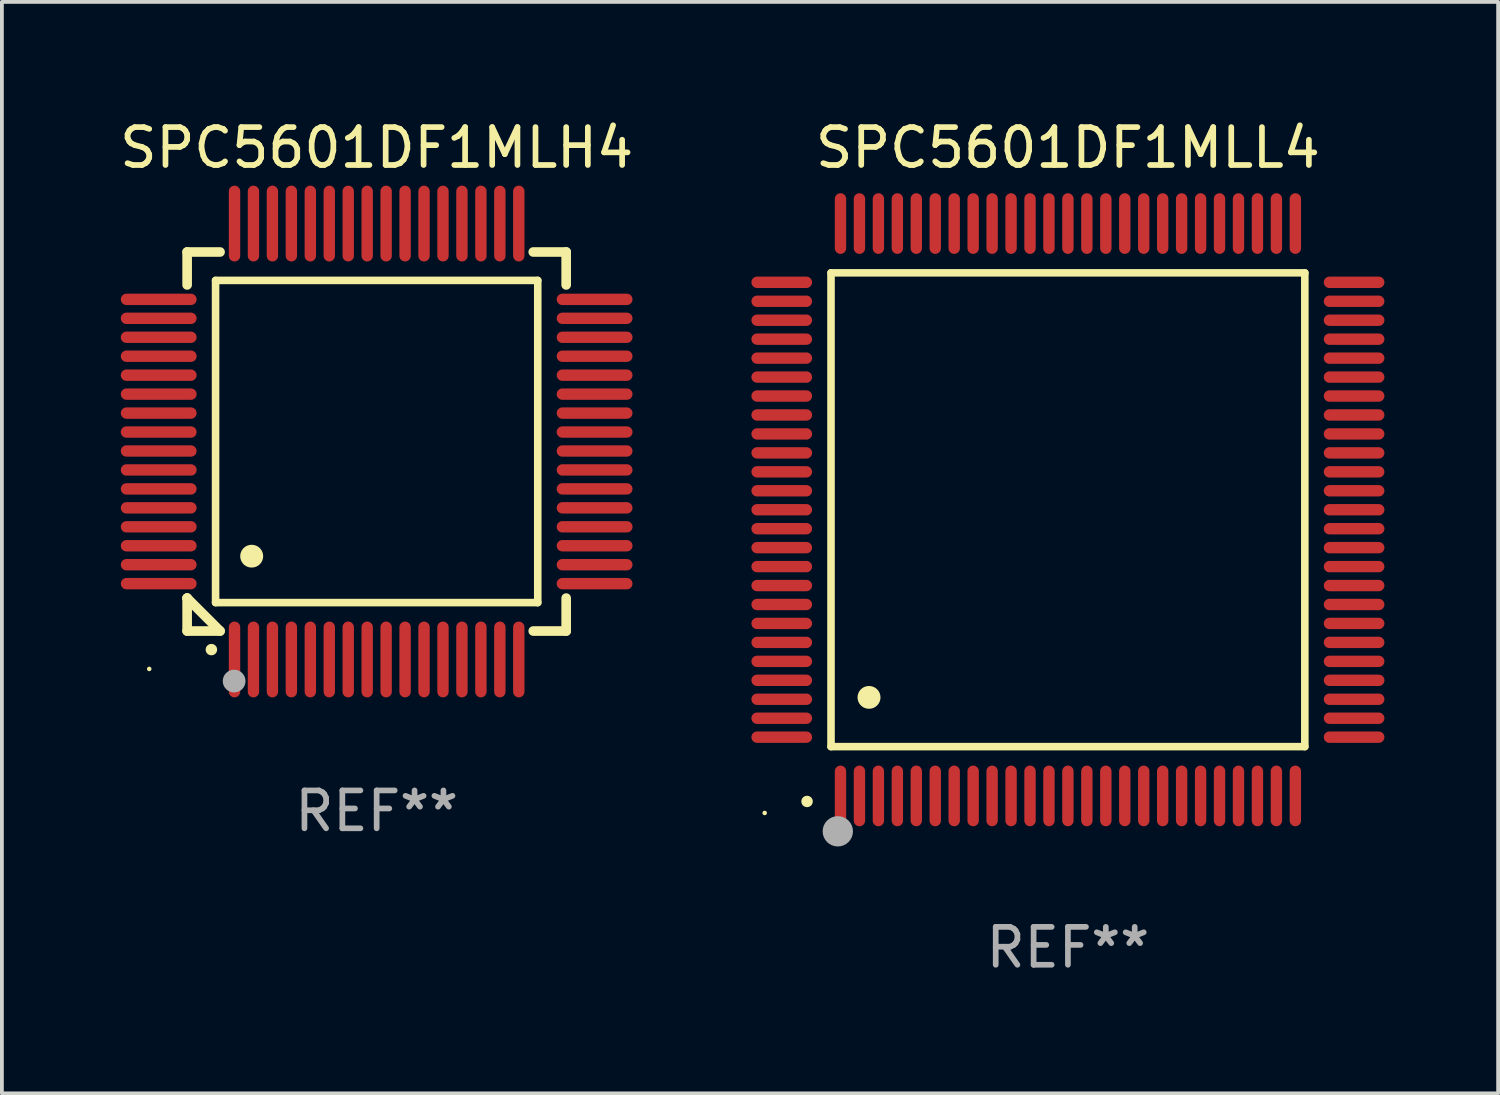
<source format=kicad_pcb>
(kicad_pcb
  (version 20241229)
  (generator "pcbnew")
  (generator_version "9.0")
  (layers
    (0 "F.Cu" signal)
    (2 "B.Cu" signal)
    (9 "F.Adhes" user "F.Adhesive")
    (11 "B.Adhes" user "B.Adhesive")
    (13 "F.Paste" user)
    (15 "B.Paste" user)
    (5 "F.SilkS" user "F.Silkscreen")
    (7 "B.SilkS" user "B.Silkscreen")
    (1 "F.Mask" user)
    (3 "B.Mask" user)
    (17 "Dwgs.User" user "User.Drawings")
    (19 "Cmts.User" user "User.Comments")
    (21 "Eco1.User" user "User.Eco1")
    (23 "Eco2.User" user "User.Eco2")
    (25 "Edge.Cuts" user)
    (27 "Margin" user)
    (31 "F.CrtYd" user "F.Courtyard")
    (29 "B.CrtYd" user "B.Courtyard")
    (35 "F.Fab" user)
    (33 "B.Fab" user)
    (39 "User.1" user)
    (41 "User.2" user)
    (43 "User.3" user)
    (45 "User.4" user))
  (footprint "SPC5601DF1MLL4"
    (layer "F.Cu")
    (at 25.124 10.398)
    (property "Reference" "SPC5601DF1MLL4" (at 0 -9.55 0) (layer "F.SilkS") (effects (font (size 1 1) (thickness 0.15))))
    (attr through_hole)
    (fp_line (start -6.25 -6.25) (end -6.25 6.25) (stroke (width 0.2) (type solid)) (layer "F.SilkS"))
    (fp_line (start -6.25 6.25) (end 6.25 6.25) (stroke (width 0.2) (type solid)) (layer "F.SilkS"))
    (fp_line (start 6.25 -6.25) (end -6.25 -6.25) (stroke (width 0.2) (type solid)) (layer "F.SilkS"))
    (fp_line (start 6.25 6.25) (end 6.25 -6.25) (stroke (width 0.2) (type solid)) (layer "F.SilkS"))
    (fp_arc (start -6.883414 7.696215) (mid -6.882144 7.69621) (end -6.880874 7.696215) (stroke (width 0.3) (type solid)) (layer "F.SilkS"))
    (fp_arc (start -5.250191 4.95047) (mid -5.247651 4.950459) (end -5.245111 4.95047) (stroke (width 0.6) (type solid)) (layer "F.SilkS"))
    (fp_circle (center -8 8) (end -7.97 8) (stroke (width 0.06) (type solid)) (fill no) (layer "F.SilkS"))
    (fp_circle (center -6.071 8.484) (end -5.871 8.484) (stroke (width 0.4) (type solid)) (fill no) (layer "F.Fab"))
    (fp_text user "REF**" (at 0 11.55 0) (layer "F.Fab") (effects (font (size 1 1) (thickness 0.15))))
    (pad "1" smd oval (at -6 7.55) (size 0.3 1.6) (layers "F.Cu" "F.Mask" "F.Paste"))
    (pad "2" smd oval (at -5.5 7.55) (size 0.3 1.6) (layers "F.Cu" "F.Mask" "F.Paste"))
    (pad "3" smd oval (at -5 7.55) (size 0.3 1.6) (layers "F.Cu" "F.Mask" "F.Paste"))
    (pad "4" smd oval (at -4.5 7.55) (size 0.3 1.6) (layers "F.Cu" "F.Mask" "F.Paste"))
    (pad "5" smd oval (at -4 7.55) (size 0.3 1.6) (layers "F.Cu" "F.Mask" "F.Paste"))
    (pad "6" smd oval (at -3.5 7.55) (size 0.3 1.6) (layers "F.Cu" "F.Mask" "F.Paste"))
    (pad "7" smd oval (at -3 7.55) (size 0.3 1.6) (layers "F.Cu" "F.Mask" "F.Paste"))
    (pad "8" smd oval (at -2.5 7.55) (size 0.3 1.6) (layers "F.Cu" "F.Mask" "F.Paste"))
    (pad "9" smd oval (at -2 7.55) (size 0.3 1.6) (layers "F.Cu" "F.Mask" "F.Paste"))
    (pad "10" smd oval (at -1.5 7.55) (size 0.3 1.6) (layers "F.Cu" "F.Mask" "F.Paste"))
    (pad "11" smd oval (at -1 7.55) (size 0.3 1.6) (layers "F.Cu" "F.Mask" "F.Paste"))
    (pad "12" smd oval (at -0.5 7.55) (size 0.3 1.6) (layers "F.Cu" "F.Mask" "F.Paste"))
    (pad "13" smd oval (at 0 7.55) (size 0.3 1.6) (layers "F.Cu" "F.Mask" "F.Paste"))
    (pad "14" smd oval (at 0.5 7.55) (size 0.3 1.6) (layers "F.Cu" "F.Mask" "F.Paste"))
    (pad "15" smd oval (at 1 7.55) (size 0.3 1.6) (layers "F.Cu" "F.Mask" "F.Paste"))
    (pad "16" smd oval (at 1.5 7.55) (size 0.3 1.6) (layers "F.Cu" "F.Mask" "F.Paste"))
    (pad "17" smd oval (at 2 7.55) (size 0.3 1.6) (layers "F.Cu" "F.Mask" "F.Paste"))
    (pad "18" smd oval (at 2.5 7.55) (size 0.3 1.6) (layers "F.Cu" "F.Mask" "F.Paste"))
    (pad "19" smd oval (at 3 7.55) (size 0.3 1.6) (layers "F.Cu" "F.Mask" "F.Paste"))
    (pad "20" smd oval (at 3.5 7.55) (size 0.3 1.6) (layers "F.Cu" "F.Mask" "F.Paste"))
    (pad "21" smd oval (at 4 7.55) (size 0.3 1.6) (layers "F.Cu" "F.Mask" "F.Paste"))
    (pad "22" smd oval (at 4.5 7.55) (size 0.3 1.6) (layers "F.Cu" "F.Mask" "F.Paste"))
    (pad "23" smd oval (at 5 7.55) (size 0.3 1.6) (layers "F.Cu" "F.Mask" "F.Paste"))
    (pad "24" smd oval (at 5.5 7.55) (size 0.3 1.6) (layers "F.Cu" "F.Mask" "F.Paste"))
    (pad "25" smd oval (at 6 7.55) (size 0.3 1.6) (layers "F.Cu" "F.Mask" "F.Paste"))
    (pad "26" smd oval (at 7.55 6) (size 1.6 0.3) (layers "F.Cu" "F.Mask" "F.Paste"))
    (pad "27" smd oval (at 7.55 5.5) (size 1.6 0.3) (layers "F.Cu" "F.Mask" "F.Paste"))
    (pad "28" smd oval (at 7.55 5) (size 1.6 0.3) (layers "F.Cu" "F.Mask" "F.Paste"))
    (pad "29" smd oval (at 7.55 4.5) (size 1.6 0.3) (layers "F.Cu" "F.Mask" "F.Paste"))
    (pad "30" smd oval (at 7.55 4) (size 1.6 0.3) (layers "F.Cu" "F.Mask" "F.Paste"))
    (pad "31" smd oval (at 7.55 3.5) (size 1.6 0.3) (layers "F.Cu" "F.Mask" "F.Paste"))
    (pad "32" smd oval (at 7.55 3) (size 1.6 0.3) (layers "F.Cu" "F.Mask" "F.Paste"))
    (pad "33" smd oval (at 7.55 2.5) (size 1.6 0.3) (layers "F.Cu" "F.Mask" "F.Paste"))
    (pad "34" smd oval (at 7.55 2) (size 1.6 0.3) (layers "F.Cu" "F.Mask" "F.Paste"))
    (pad "35" smd oval (at 7.55 1.5) (size 1.6 0.3) (layers "F.Cu" "F.Mask" "F.Paste"))
    (pad "36" smd oval (at 7.55 1) (size 1.6 0.3) (layers "F.Cu" "F.Mask" "F.Paste"))
    (pad "37" smd oval (at 7.55 0.5) (size 1.6 0.3) (layers "F.Cu" "F.Mask" "F.Paste"))
    (pad "38" smd oval (at 7.55 0) (size 1.6 0.3) (layers "F.Cu" "F.Mask" "F.Paste"))
    (pad "39" smd oval (at 7.55 -0.5) (size 1.6 0.3) (layers "F.Cu" "F.Mask" "F.Paste"))
    (pad "40" smd oval (at 7.55 -1) (size 1.6 0.3) (layers "F.Cu" "F.Mask" "F.Paste"))
    (pad "41" smd oval (at 7.55 -1.5) (size 1.6 0.3) (layers "F.Cu" "F.Mask" "F.Paste"))
    (pad "42" smd oval (at 7.55 -2) (size 1.6 0.3) (layers "F.Cu" "F.Mask" "F.Paste"))
    (pad "43" smd oval (at 7.55 -2.5) (size 1.6 0.3) (layers "F.Cu" "F.Mask" "F.Paste"))
    (pad "44" smd oval (at 7.55 -3) (size 1.6 0.3) (layers "F.Cu" "F.Mask" "F.Paste"))
    (pad "45" smd oval (at 7.55 -3.5) (size 1.6 0.3) (layers "F.Cu" "F.Mask" "F.Paste"))
    (pad "46" smd oval (at 7.55 -4) (size 1.6 0.3) (layers "F.Cu" "F.Mask" "F.Paste"))
    (pad "47" smd oval (at 7.55 -4.5) (size 1.6 0.3) (layers "F.Cu" "F.Mask" "F.Paste"))
    (pad "48" smd oval (at 7.55 -5) (size 1.6 0.3) (layers "F.Cu" "F.Mask" "F.Paste"))
    (pad "49" smd oval (at 7.55 -5.5) (size 1.6 0.3) (layers "F.Cu" "F.Mask" "F.Paste"))
    (pad "50" smd oval (at 7.55 -6) (size 1.6 0.3) (layers "F.Cu" "F.Mask" "F.Paste"))
    (pad "51" smd oval (at 6 -7.55) (size 0.3 1.6) (layers "F.Cu" "F.Mask" "F.Paste"))
    (pad "52" smd oval (at 5.5 -7.55) (size 0.3 1.6) (layers "F.Cu" "F.Mask" "F.Paste"))
    (pad "53" smd oval (at 5 -7.55) (size 0.3 1.6) (layers "F.Cu" "F.Mask" "F.Paste"))
    (pad "54" smd oval (at 4.5 -7.55) (size 0.3 1.6) (layers "F.Cu" "F.Mask" "F.Paste"))
    (pad "55" smd oval (at 4 -7.55) (size 0.3 1.6) (layers "F.Cu" "F.Mask" "F.Paste"))
    (pad "56" smd oval (at 3.5 -7.55) (size 0.3 1.6) (layers "F.Cu" "F.Mask" "F.Paste"))
    (pad "57" smd oval (at 3 -7.55) (size 0.3 1.6) (layers "F.Cu" "F.Mask" "F.Paste"))
    (pad "58" smd oval (at 2.5 -7.55) (size 0.3 1.6) (layers "F.Cu" "F.Mask" "F.Paste"))
    (pad "59" smd oval (at 2 -7.55) (size 0.3 1.6) (layers "F.Cu" "F.Mask" "F.Paste"))
    (pad "60" smd oval (at 1.5 -7.55) (size 0.3 1.6) (layers "F.Cu" "F.Mask" "F.Paste"))
    (pad "61" smd oval (at 1 -7.55) (size 0.3 1.6) (layers "F.Cu" "F.Mask" "F.Paste"))
    (pad "62" smd oval (at 0.5 -7.55) (size 0.3 1.6) (layers "F.Cu" "F.Mask" "F.Paste"))
    (pad "63" smd oval (at 0 -7.55) (size 0.3 1.6) (layers "F.Cu" "F.Mask" "F.Paste"))
    (pad "64" smd oval (at -0.5 -7.55) (size 0.3 1.6) (layers "F.Cu" "F.Mask" "F.Paste"))
    (pad "65" smd oval (at -1 -7.55) (size 0.3 1.6) (layers "F.Cu" "F.Mask" "F.Paste"))
    (pad "66" smd oval (at -1.5 -7.55) (size 0.3 1.6) (layers "F.Cu" "F.Mask" "F.Paste"))
    (pad "67" smd oval (at -2 -7.55) (size 0.3 1.6) (layers "F.Cu" "F.Mask" "F.Paste"))
    (pad "68" smd oval (at -2.5 -7.55) (size 0.3 1.6) (layers "F.Cu" "F.Mask" "F.Paste"))
    (pad "69" smd oval (at -3 -7.55) (size 0.3 1.6) (layers "F.Cu" "F.Mask" "F.Paste"))
    (pad "70" smd oval (at -3.5 -7.55) (size 0.3 1.6) (layers "F.Cu" "F.Mask" "F.Paste"))
    (pad "71" smd oval (at -4 -7.55) (size 0.3 1.6) (layers "F.Cu" "F.Mask" "F.Paste"))
    (pad "72" smd oval (at -4.5 -7.55) (size 0.3 1.6) (layers "F.Cu" "F.Mask" "F.Paste"))
    (pad "73" smd oval (at -5 -7.55) (size 0.3 1.6) (layers "F.Cu" "F.Mask" "F.Paste"))
    (pad "74" smd oval (at -5.5 -7.55) (size 0.3 1.6) (layers "F.Cu" "F.Mask" "F.Paste"))
    (pad "75" smd oval (at -6 -7.55) (size 0.3 1.6) (layers "F.Cu" "F.Mask" "F.Paste"))
    (pad "76" smd oval (at -7.55 -6) (size 1.6 0.3) (layers "F.Cu" "F.Mask" "F.Paste"))
    (pad "77" smd oval (at -7.55 -5.5) (size 1.6 0.3) (layers "F.Cu" "F.Mask" "F.Paste"))
    (pad "78" smd oval (at -7.55 -5) (size 1.6 0.3) (layers "F.Cu" "F.Mask" "F.Paste"))
    (pad "79" smd oval (at -7.55 -4.5) (size 1.6 0.3) (layers "F.Cu" "F.Mask" "F.Paste"))
    (pad "80" smd oval (at -7.55 -4) (size 1.6 0.3) (layers "F.Cu" "F.Mask" "F.Paste"))
    (pad "81" smd oval (at -7.55 -3.5) (size 1.6 0.3) (layers "F.Cu" "F.Mask" "F.Paste"))
    (pad "82" smd oval (at -7.55 -3) (size 1.6 0.3) (layers "F.Cu" "F.Mask" "F.Paste"))
    (pad "83" smd oval (at -7.55 -2.5) (size 1.6 0.3) (layers "F.Cu" "F.Mask" "F.Paste"))
    (pad "84" smd oval (at -7.55 -2) (size 1.6 0.3) (layers "F.Cu" "F.Mask" "F.Paste"))
    (pad "85" smd oval (at -7.55 -1.5) (size 1.6 0.3) (layers "F.Cu" "F.Mask" "F.Paste"))
    (pad "86" smd oval (at -7.55 -1) (size 1.6 0.3) (layers "F.Cu" "F.Mask" "F.Paste"))
    (pad "87" smd oval (at -7.55 -0.5) (size 1.6 0.3) (layers "F.Cu" "F.Mask" "F.Paste"))
    (pad "88" smd oval (at -7.55 0) (size 1.6 0.3) (layers "F.Cu" "F.Mask" "F.Paste"))
    (pad "89" smd oval (at -7.55 0.5) (size 1.6 0.3) (layers "F.Cu" "F.Mask" "F.Paste"))
    (pad "90" smd oval (at -7.55 1) (size 1.6 0.3) (layers "F.Cu" "F.Mask" "F.Paste"))
    (pad "91" smd oval (at -7.55 1.5) (size 1.6 0.3) (layers "F.Cu" "F.Mask" "F.Paste"))
    (pad "92" smd oval (at -7.55 2) (size 1.6 0.3) (layers "F.Cu" "F.Mask" "F.Paste"))
    (pad "93" smd oval (at -7.55 2.5) (size 1.6 0.3) (layers "F.Cu" "F.Mask" "F.Paste"))
    (pad "94" smd oval (at -7.55 3) (size 1.6 0.3) (layers "F.Cu" "F.Mask" "F.Paste"))
    (pad "95" smd oval (at -7.55 3.5) (size 1.6 0.3) (layers "F.Cu" "F.Mask" "F.Paste"))
    (pad "96" smd oval (at -7.55 4) (size 1.6 0.3) (layers "F.Cu" "F.Mask" "F.Paste"))
    (pad "97" smd oval (at -7.55 4.5) (size 1.6 0.3) (layers "F.Cu" "F.Mask" "F.Paste"))
    (pad "98" smd oval (at -7.55 5) (size 1.6 0.3) (layers "F.Cu" "F.Mask" "F.Paste"))
    (pad "99" smd oval (at -7.55 5.5) (size 1.6 0.3) (layers "F.Cu" "F.Mask" "F.Paste"))
    (pad "100" smd oval (at -7.55 6) (size 1.6 0.3) (layers "F.Cu" "F.Mask" "F.Paste")))
  (footprint "SPC5601DF1MLH4"
    (layer "F.Cu")
    (at 6.887 8.598)
    (property "Reference" "SPC5601DF1MLH4" (at 0 -7.75 0) (layer "F.SilkS") (effects (font (size 1 1) (thickness 0.15))))
    (attr through_hole)
    (fp_line (start -5 -5) (end -4.131 -5) (stroke (width 0.254) (type solid)) (layer "F.SilkS"))
    (fp_line (start -5 -4.131) (end -5 -5) (stroke (width 0.254) (type solid)) (layer "F.SilkS"))
    (fp_line (start -5 4.131) (end -5 4.131) (stroke (width 0.254) (type solid)) (layer "F.SilkS"))
    (fp_line (start -5 5) (end -5 4.131) (stroke (width 0.254) (type solid)) (layer "F.SilkS"))
    (fp_line (start -5 4.131) (end -4.131 5) (stroke (width 0.254) (type solid)) (layer "F.SilkS"))
    (fp_line (start -4.25 -4.25) (end -4.25 4.25) (stroke (width 0.2) (type solid)) (layer "F.SilkS"))
    (fp_line (start -4.25 4.25) (end 4.25 4.25) (stroke (width 0.2) (type solid)) (layer "F.SilkS"))
    (fp_line (start -4.131 5) (end -5 5) (stroke (width 0.254) (type solid)) (layer "F.SilkS"))
    (fp_line (start 4.25 -4.25) (end -4.25 -4.25) (stroke (width 0.2) (type solid)) (layer "F.SilkS"))
    (fp_line (start 4.25 4.25) (end 4.25 -4.25) (stroke (width 0.2) (type solid)) (layer "F.SilkS"))
    (fp_line (start 5 -5) (end 4.131 -5) (stroke (width 0.254) (type solid)) (layer "F.SilkS"))
    (fp_line (start 5 -5) (end 5 -4.131) (stroke (width 0.254) (type solid)) (layer "F.SilkS"))
    (fp_line (start 5 4.131) (end 5 5) (stroke (width 0.254) (type solid)) (layer "F.SilkS"))
    (fp_line (start 5 5) (end 4.131 5) (stroke (width 0.254) (type solid)) (layer "F.SilkS"))
    (fp_arc (start -4.361265 5.489992) (mid -4.359995 5.489987) (end -4.358725 5.489992) (stroke (width 0.3) (type solid)) (layer "F.SilkS"))
    (fp_arc (start -3.299467 3.025146) (mid -3.296927 3.025135) (end -3.294387 3.025146) (stroke (width 0.6) (type solid)) (layer "F.SilkS"))
    (fp_circle (center -6 6) (end -5.97 6) (stroke (width 0.06) (type solid)) (fill no) (layer "F.SilkS"))
    (fp_circle (center -3.76 6.32) (end -3.61 6.32) (stroke (width 0.3) (type solid)) (fill no) (layer "F.Fab"))
    (fp_text user "REF**" (at 0 9.75 0) (layer "F.Fab") (effects (font (size 1 1) (thickness 0.15))))
    (pad "1" smd oval (at -3.75 5.75) (size 0.3 2) (layers "F.Cu" "F.Mask" "F.Paste"))
    (pad "2" smd oval (at -3.25 5.75) (size 0.3 2) (layers "F.Cu" "F.Mask" "F.Paste"))
    (pad "3" smd oval (at -2.75 5.75) (size 0.3 2) (layers "F.Cu" "F.Mask" "F.Paste"))
    (pad "4" smd oval (at -2.25 5.75) (size 0.3 2) (layers "F.Cu" "F.Mask" "F.Paste"))
    (pad "5" smd oval (at -1.75 5.75) (size 0.3 2) (layers "F.Cu" "F.Mask" "F.Paste"))
    (pad "6" smd oval (at -1.25 5.75) (size 0.3 2) (layers "F.Cu" "F.Mask" "F.Paste"))
    (pad "7" smd oval (at -0.75 5.75) (size 0.3 2) (layers "F.Cu" "F.Mask" "F.Paste"))
    (pad "8" smd oval (at -0.25 5.75) (size 0.3 2) (layers "F.Cu" "F.Mask" "F.Paste"))
    (pad "9" smd oval (at 0.25 5.75) (size 0.3 2) (layers "F.Cu" "F.Mask" "F.Paste"))
    (pad "10" smd oval (at 0.75 5.75) (size 0.3 2) (layers "F.Cu" "F.Mask" "F.Paste"))
    (pad "11" smd oval (at 1.25 5.75) (size 0.3 2) (layers "F.Cu" "F.Mask" "F.Paste"))
    (pad "12" smd oval (at 1.75 5.75) (size 0.3 2) (layers "F.Cu" "F.Mask" "F.Paste"))
    (pad "13" smd oval (at 2.25 5.75) (size 0.3 2) (layers "F.Cu" "F.Mask" "F.Paste"))
    (pad "14" smd oval (at 2.75 5.75) (size 0.3 2) (layers "F.Cu" "F.Mask" "F.Paste"))
    (pad "15" smd oval (at 3.25 5.75) (size 0.3 2) (layers "F.Cu" "F.Mask" "F.Paste"))
    (pad "16" smd oval (at 3.75 5.75) (size 0.3 2) (layers "F.Cu" "F.Mask" "F.Paste"))
    (pad "17" smd oval (at 5.75 3.75) (size 2 0.3) (layers "F.Cu" "F.Mask" "F.Paste"))
    (pad "18" smd oval (at 5.75 3.25) (size 2 0.3) (layers "F.Cu" "F.Mask" "F.Paste"))
    (pad "19" smd oval (at 5.75 2.75) (size 2 0.3) (layers "F.Cu" "F.Mask" "F.Paste"))
    (pad "20" smd oval (at 5.75 2.25) (size 2 0.3) (layers "F.Cu" "F.Mask" "F.Paste"))
    (pad "21" smd oval (at 5.75 1.75) (size 2 0.3) (layers "F.Cu" "F.Mask" "F.Paste"))
    (pad "22" smd oval (at 5.75 1.25) (size 2 0.3) (layers "F.Cu" "F.Mask" "F.Paste"))
    (pad "23" smd oval (at 5.75 0.75) (size 2 0.3) (layers "F.Cu" "F.Mask" "F.Paste"))
    (pad "24" smd oval (at 5.75 0.25) (size 2 0.3) (layers "F.Cu" "F.Mask" "F.Paste"))
    (pad "25" smd oval (at 5.75 -0.25) (size 2 0.3) (layers "F.Cu" "F.Mask" "F.Paste"))
    (pad "26" smd oval (at 5.75 -0.75) (size 2 0.3) (layers "F.Cu" "F.Mask" "F.Paste"))
    (pad "27" smd oval (at 5.75 -1.25) (size 2 0.3) (layers "F.Cu" "F.Mask" "F.Paste"))
    (pad "28" smd oval (at 5.75 -1.75) (size 2 0.3) (layers "F.Cu" "F.Mask" "F.Paste"))
    (pad "29" smd oval (at 5.75 -2.25) (size 2 0.3) (layers "F.Cu" "F.Mask" "F.Paste"))
    (pad "30" smd oval (at 5.75 -2.75) (size 2 0.3) (layers "F.Cu" "F.Mask" "F.Paste"))
    (pad "31" smd oval (at 5.75 -3.25) (size 2 0.3) (layers "F.Cu" "F.Mask" "F.Paste"))
    (pad "32" smd oval (at 5.75 -3.75) (size 2 0.3) (layers "F.Cu" "F.Mask" "F.Paste"))
    (pad "33" smd oval (at 3.75 -5.75) (size 0.3 2) (layers "F.Cu" "F.Mask" "F.Paste"))
    (pad "34" smd oval (at 3.25 -5.75) (size 0.3 2) (layers "F.Cu" "F.Mask" "F.Paste"))
    (pad "35" smd oval (at 2.75 -5.75) (size 0.3 2) (layers "F.Cu" "F.Mask" "F.Paste"))
    (pad "36" smd oval (at 2.25 -5.75) (size 0.3 2) (layers "F.Cu" "F.Mask" "F.Paste"))
    (pad "37" smd oval (at 1.75 -5.75) (size 0.3 2) (layers "F.Cu" "F.Mask" "F.Paste"))
    (pad "38" smd oval (at 1.25 -5.75) (size 0.3 2) (layers "F.Cu" "F.Mask" "F.Paste"))
    (pad "39" smd oval (at 0.75 -5.75) (size 0.3 2) (layers "F.Cu" "F.Mask" "F.Paste"))
    (pad "40" smd oval (at 0.25 -5.75) (size 0.3 2) (layers "F.Cu" "F.Mask" "F.Paste"))
    (pad "41" smd oval (at -0.25 -5.75) (size 0.3 2) (layers "F.Cu" "F.Mask" "F.Paste"))
    (pad "42" smd oval (at -0.75 -5.75) (size 0.3 2) (layers "F.Cu" "F.Mask" "F.Paste"))
    (pad "43" smd oval (at -1.25 -5.75) (size 0.3 2) (layers "F.Cu" "F.Mask" "F.Paste"))
    (pad "44" smd oval (at -1.75 -5.75) (size 0.3 2) (layers "F.Cu" "F.Mask" "F.Paste"))
    (pad "45" smd oval (at -2.25 -5.75) (size 0.3 2) (layers "F.Cu" "F.Mask" "F.Paste"))
    (pad "46" smd oval (at -2.75 -5.75) (size 0.3 2) (layers "F.Cu" "F.Mask" "F.Paste"))
    (pad "47" smd oval (at -3.25 -5.75) (size 0.3 2) (layers "F.Cu" "F.Mask" "F.Paste"))
    (pad "48" smd oval (at -3.75 -5.75) (size 0.3 2) (layers "F.Cu" "F.Mask" "F.Paste"))
    (pad "49" smd oval (at -5.75 -3.75) (size 2 0.3) (layers "F.Cu" "F.Mask" "F.Paste"))
    (pad "50" smd oval (at -5.75 -3.25) (size 2 0.3) (layers "F.Cu" "F.Mask" "F.Paste"))
    (pad "51" smd oval (at -5.75 -2.75) (size 2 0.3) (layers "F.Cu" "F.Mask" "F.Paste"))
    (pad "52" smd oval (at -5.75 -2.25) (size 2 0.3) (layers "F.Cu" "F.Mask" "F.Paste"))
    (pad "53" smd oval (at -5.75 -1.75) (size 2 0.3) (layers "F.Cu" "F.Mask" "F.Paste"))
    (pad "54" smd oval (at -5.75 -1.25) (size 2 0.3) (layers "F.Cu" "F.Mask" "F.Paste"))
    (pad "55" smd oval (at -5.75 -0.75) (size 2 0.3) (layers "F.Cu" "F.Mask" "F.Paste"))
    (pad "56" smd oval (at -5.75 -0.25) (size 2 0.3) (layers "F.Cu" "F.Mask" "F.Paste"))
    (pad "57" smd oval (at -5.75 0.25) (size 2 0.3) (layers "F.Cu" "F.Mask" "F.Paste"))
    (pad "58" smd oval (at -5.75 0.75) (size 2 0.3) (layers "F.Cu" "F.Mask" "F.Paste"))
    (pad "59" smd oval (at -5.75 1.25) (size 2 0.3) (layers "F.Cu" "F.Mask" "F.Paste"))
    (pad "60" smd oval (at -5.75 1.75) (size 2 0.3) (layers "F.Cu" "F.Mask" "F.Paste"))
    (pad "61" smd oval (at -5.75 2.25) (size 2 0.3) (layers "F.Cu" "F.Mask" "F.Paste"))
    (pad "62" smd oval (at -5.75 2.75) (size 2 0.3) (layers "F.Cu" "F.Mask" "F.Paste"))
    (pad "63" smd oval (at -5.75 3.25) (size 2 0.3) (layers "F.Cu" "F.Mask" "F.Paste"))
    (pad "64" smd oval (at -5.75 3.75) (size 2 0.3) (layers "F.Cu" "F.Mask" "F.Paste")))
  (gr_rect
    (start -3 -3)
    (end 36.474 25.796)
    (stroke (width 0.1) (type default))
    (fill no)
    (layer "Edge.Cuts")))
</source>
